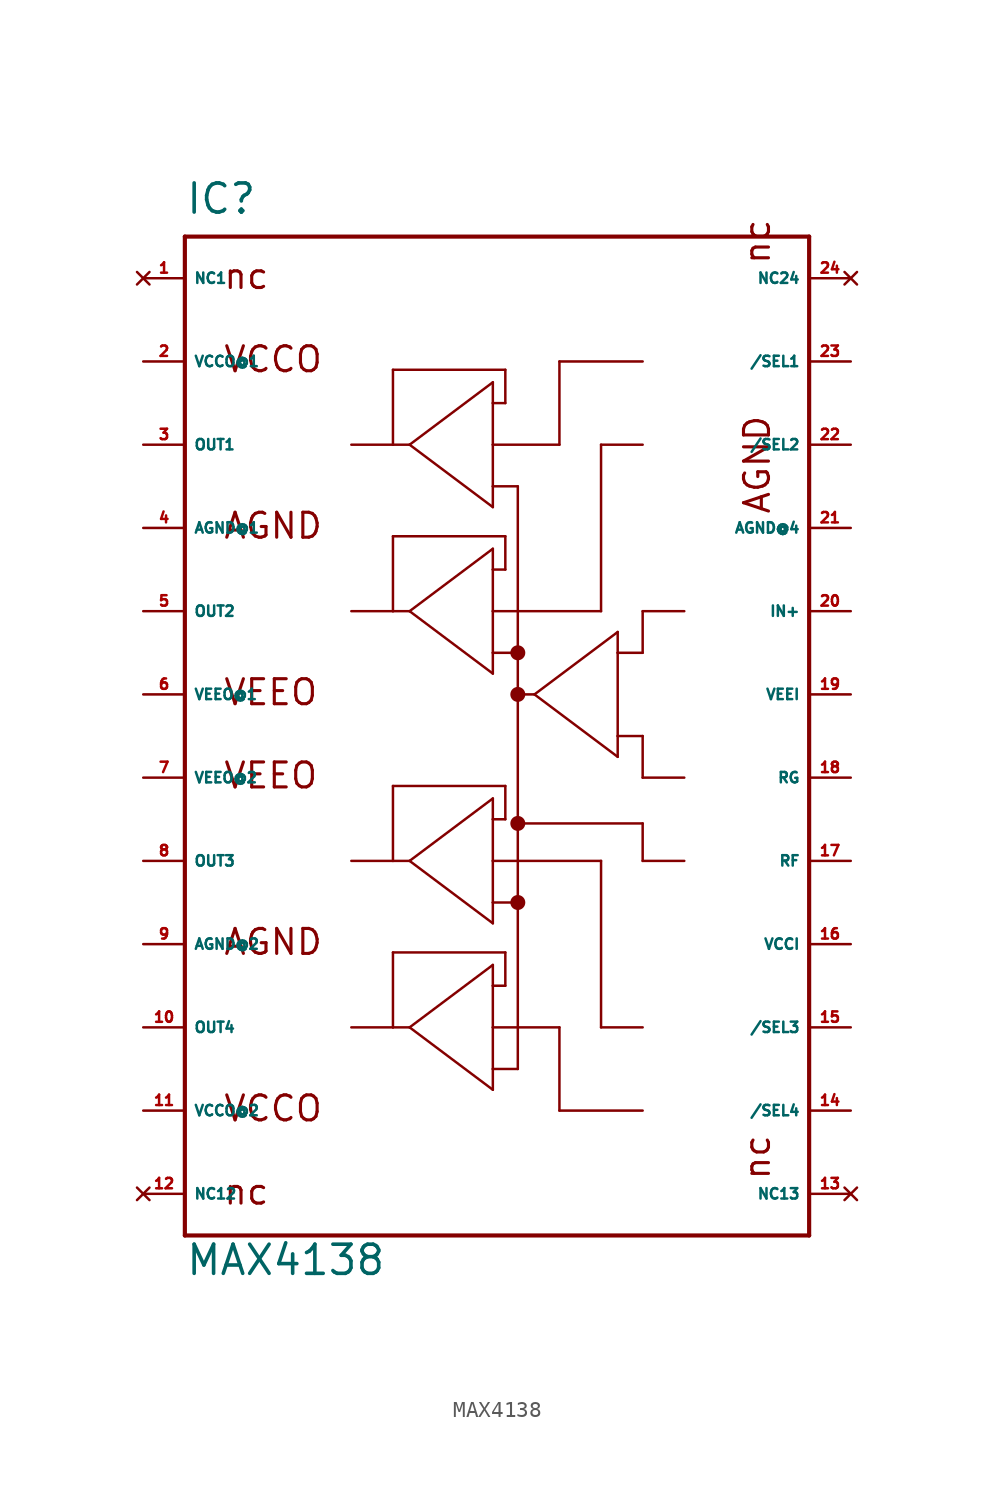
<source format=kicad_sym>
(kicad_symbol_lib
  (version 20220914)
  (generator Eagle2Kicad)
  (symbol "MAX4138"
    (property "Reference" "IC"
      (at -20.32 31.75 0)
      (effects (font (size 1.778 1.778) (thickness 0.22)) (justify left bottom)))
    (property "Value" "MAX4138"
      (at -20.32 -33.02 0)
      (effects (font (size 1.778 1.778) (thickness 0.22)) (justify left bottom)))
    (polyline
      (pts (xy -20.32 30.48) (xy 17.78 30.48))
      (stroke (width 0.254) (type default))
      (fill (type none)))
    (polyline
      (pts (xy 17.78 30.48) (xy 17.78 -30.48))
      (stroke (width 0.254) (type default))
      (fill (type none)))
    (polyline
      (pts (xy 17.78 -30.48) (xy -20.32 -30.48))
      (stroke (width 0.254) (type default))
      (fill (type none)))
    (polyline
      (pts (xy -20.32 -30.48) (xy -20.32 30.48))
      (stroke (width 0.254) (type default))
      (fill (type none)))
    (polyline
      (pts (xy -10.16 17.78) (xy -7.62 17.78))
      (stroke (width 0.152) (type default))
      (fill (type none)))
    (polyline
      (pts (xy -7.62 17.78) (xy -6.604 17.78))
      (stroke (width 0.152) (type default))
      (fill (type none)))
    (polyline
      (pts (xy -6.604 17.78) (xy -1.524 21.59))
      (stroke (width 0.152) (type default))
      (fill (type none)))
    (polyline
      (pts (xy -1.524 21.59) (xy -1.524 20.32))
      (stroke (width 0.152) (type default))
      (fill (type none)))
    (polyline
      (pts (xy -1.524 20.32) (xy -1.524 17.78))
      (stroke (width 0.152) (type default))
      (fill (type none)))
    (polyline
      (pts (xy -1.524 17.78) (xy -1.524 15.24))
      (stroke (width 0.152) (type default))
      (fill (type none)))
    (polyline
      (pts (xy -1.524 15.24) (xy -1.524 13.97))
      (stroke (width 0.152) (type default))
      (fill (type none)))
    (polyline
      (pts (xy -1.524 13.97) (xy -6.604 17.78))
      (stroke (width 0.152) (type default))
      (fill (type none)))
    (polyline
      (pts (xy -7.62 17.78) (xy -7.62 22.352))
      (stroke (width 0.152) (type default))
      (fill (type none)))
    (polyline
      (pts (xy -7.62 22.352) (xy -0.762 22.352))
      (stroke (width 0.152) (type default))
      (fill (type none)))
    (polyline
      (pts (xy -0.762 22.352) (xy -0.762 20.32))
      (stroke (width 0.152) (type default))
      (fill (type none)))
    (polyline
      (pts (xy -0.762 20.32) (xy -1.524 20.32))
      (stroke (width 0.152) (type default))
      (fill (type none)))
    (polyline
      (pts (xy 0 15.24) (xy -1.524 15.24))
      (stroke (width 0.152) (type default))
      (fill (type none)))
    (polyline
      (pts (xy -10.16 7.62) (xy -7.62 7.62))
      (stroke (width 0.152) (type default))
      (fill (type none)))
    (polyline
      (pts (xy -7.62 7.62) (xy -6.604 7.62))
      (stroke (width 0.152) (type default))
      (fill (type none)))
    (polyline
      (pts (xy -6.604 7.62) (xy -1.524 11.43))
      (stroke (width 0.152) (type default))
      (fill (type none)))
    (polyline
      (pts (xy -1.524 11.43) (xy -1.524 10.16))
      (stroke (width 0.152) (type default))
      (fill (type none)))
    (polyline
      (pts (xy -1.524 10.16) (xy -1.524 7.62))
      (stroke (width 0.152) (type default))
      (fill (type none)))
    (polyline
      (pts (xy -1.524 7.62) (xy -1.524 5.08))
      (stroke (width 0.152) (type default))
      (fill (type none)))
    (polyline
      (pts (xy -1.524 5.08) (xy -1.524 3.81))
      (stroke (width 0.152) (type default))
      (fill (type none)))
    (polyline
      (pts (xy -1.524 3.81) (xy -6.604 7.62))
      (stroke (width 0.152) (type default))
      (fill (type none)))
    (polyline
      (pts (xy -7.62 7.62) (xy -7.62 12.192))
      (stroke (width 0.152) (type default))
      (fill (type none)))
    (polyline
      (pts (xy -7.62 12.192) (xy -0.762 12.192))
      (stroke (width 0.152) (type default))
      (fill (type none)))
    (polyline
      (pts (xy -0.762 12.192) (xy -0.762 10.16))
      (stroke (width 0.152) (type default))
      (fill (type none)))
    (polyline
      (pts (xy -0.762 10.16) (xy -1.524 10.16))
      (stroke (width 0.152) (type default))
      (fill (type none)))
    (polyline
      (pts (xy 0 5.08) (xy -1.524 5.08))
      (stroke (width 0.152) (type default))
      (fill (type none)))
    (polyline
      (pts (xy -10.16 -7.62) (xy -7.62 -7.62))
      (stroke (width 0.152) (type default))
      (fill (type none)))
    (polyline
      (pts (xy -7.62 -7.62) (xy -6.604 -7.62))
      (stroke (width 0.152) (type default))
      (fill (type none)))
    (polyline
      (pts (xy -6.604 -7.62) (xy -1.524 -3.81))
      (stroke (width 0.152) (type default))
      (fill (type none)))
    (polyline
      (pts (xy -1.524 -3.81) (xy -1.524 -5.08))
      (stroke (width 0.152) (type default))
      (fill (type none)))
    (polyline
      (pts (xy -1.524 -5.08) (xy -1.524 -7.62))
      (stroke (width 0.152) (type default))
      (fill (type none)))
    (polyline
      (pts (xy -1.524 -7.62) (xy -1.524 -10.16))
      (stroke (width 0.152) (type default))
      (fill (type none)))
    (polyline
      (pts (xy -1.524 -10.16) (xy -1.524 -11.43))
      (stroke (width 0.152) (type default))
      (fill (type none)))
    (polyline
      (pts (xy -1.524 -11.43) (xy -6.604 -7.62))
      (stroke (width 0.152) (type default))
      (fill (type none)))
    (polyline
      (pts (xy -7.62 -7.62) (xy -7.62 -3.048))
      (stroke (width 0.152) (type default))
      (fill (type none)))
    (polyline
      (pts (xy -7.62 -3.048) (xy -0.762 -3.048))
      (stroke (width 0.152) (type default))
      (fill (type none)))
    (polyline
      (pts (xy -0.762 -3.048) (xy -0.762 -5.08))
      (stroke (width 0.152) (type default))
      (fill (type none)))
    (polyline
      (pts (xy -0.762 -5.08) (xy -1.524 -5.08))
      (stroke (width 0.152) (type default))
      (fill (type none)))
    (polyline
      (pts (xy 0 -10.16) (xy -1.524 -10.16))
      (stroke (width 0.152) (type default))
      (fill (type none)))
    (polyline
      (pts (xy -10.16 -17.78) (xy -7.62 -17.78))
      (stroke (width 0.152) (type default))
      (fill (type none)))
    (polyline
      (pts (xy -7.62 -17.78) (xy -6.604 -17.78))
      (stroke (width 0.152) (type default))
      (fill (type none)))
    (polyline
      (pts (xy -6.604 -17.78) (xy -1.524 -13.97))
      (stroke (width 0.152) (type default))
      (fill (type none)))
    (polyline
      (pts (xy -1.524 -13.97) (xy -1.524 -15.24))
      (stroke (width 0.152) (type default))
      (fill (type none)))
    (polyline
      (pts (xy -1.524 -15.24) (xy -1.524 -17.78))
      (stroke (width 0.152) (type default))
      (fill (type none)))
    (polyline
      (pts (xy -1.524 -17.78) (xy -1.524 -20.32))
      (stroke (width 0.152) (type default))
      (fill (type none)))
    (polyline
      (pts (xy -1.524 -20.32) (xy -1.524 -21.59))
      (stroke (width 0.152) (type default))
      (fill (type none)))
    (polyline
      (pts (xy -1.524 -21.59) (xy -6.604 -17.78))
      (stroke (width 0.152) (type default))
      (fill (type none)))
    (polyline
      (pts (xy -7.62 -17.78) (xy -7.62 -13.208))
      (stroke (width 0.152) (type default))
      (fill (type none)))
    (polyline
      (pts (xy -7.62 -13.208) (xy -0.762 -13.208))
      (stroke (width 0.152) (type default))
      (fill (type none)))
    (polyline
      (pts (xy -0.762 -13.208) (xy -0.762 -15.24))
      (stroke (width 0.152) (type default))
      (fill (type none)))
    (polyline
      (pts (xy -0.762 -15.24) (xy -1.524 -15.24))
      (stroke (width 0.152) (type default))
      (fill (type none)))
    (polyline
      (pts (xy 0 -20.32) (xy -1.524 -20.32))
      (stroke (width 0.152) (type default))
      (fill (type none)))
    (polyline
      (pts (xy 1.016 2.54) (xy 6.096 6.35))
      (stroke (width 0.152) (type default))
      (fill (type none)))
    (polyline
      (pts (xy 6.096 6.35) (xy 6.096 5.08))
      (stroke (width 0.152) (type default))
      (fill (type none)))
    (polyline
      (pts (xy 6.096 5.08) (xy 6.096 0))
      (stroke (width 0.152) (type default))
      (fill (type none)))
    (polyline
      (pts (xy 6.096 0) (xy 6.096 -1.27))
      (stroke (width 0.152) (type default))
      (fill (type none)))
    (polyline
      (pts (xy 6.096 -1.27) (xy 1.016 2.54))
      (stroke (width 0.152) (type default))
      (fill (type none)))
    (polyline
      (pts (xy 7.62 5.08) (xy 6.096 5.08))
      (stroke (width 0.152) (type default))
      (fill (type none)))
    (polyline
      (pts (xy 7.62 0) (xy 6.096 0))
      (stroke (width 0.152) (type default))
      (fill (type none)))
    (polyline
      (pts (xy 7.62 22.86) (xy 2.54 22.86))
      (stroke (width 0.152) (type default))
      (fill (type none)))
    (polyline
      (pts (xy 2.54 22.86) (xy 2.54 17.78))
      (stroke (width 0.152) (type default))
      (fill (type none)))
    (polyline
      (pts (xy 2.54 17.78) (xy -1.524 17.78))
      (stroke (width 0.152) (type default))
      (fill (type none)))
    (polyline
      (pts (xy 7.62 17.78) (xy 5.08 17.78))
      (stroke (width 0.152) (type default))
      (fill (type none)))
    (polyline
      (pts (xy 5.08 17.78) (xy 5.08 7.62))
      (stroke (width 0.152) (type default))
      (fill (type none)))
    (polyline
      (pts (xy 5.08 7.62) (xy -1.524 7.62))
      (stroke (width 0.152) (type default))
      (fill (type none)))
    (polyline
      (pts (xy 7.62 -17.78) (xy 5.08 -17.78))
      (stroke (width 0.152) (type default))
      (fill (type none)))
    (polyline
      (pts (xy 5.08 -17.78) (xy 5.08 -7.62))
      (stroke (width 0.152) (type default))
      (fill (type none)))
    (polyline
      (pts (xy 5.08 -7.62) (xy -1.524 -7.62))
      (stroke (width 0.152) (type default))
      (fill (type none)))
    (polyline
      (pts (xy 7.62 -22.86) (xy 2.54 -22.86))
      (stroke (width 0.152) (type default))
      (fill (type none)))
    (polyline
      (pts (xy 2.54 -22.86) (xy 2.54 -17.78))
      (stroke (width 0.152) (type default))
      (fill (type none)))
    (polyline
      (pts (xy 2.54 -17.78) (xy -1.524 -17.78))
      (stroke (width 0.152) (type default))
      (fill (type none)))
    (polyline
      (pts (xy 0 -20.32) (xy 0 -10.16))
      (stroke (width 0.152) (type default))
      (fill (type none)))
    (polyline
      (pts (xy 0 -10.16) (xy 0 -5.334))
      (stroke (width 0.152) (type default))
      (fill (type none)))
    (polyline
      (pts (xy 0 -5.334) (xy 0 2.54))
      (stroke (width 0.152) (type default))
      (fill (type none)))
    (polyline
      (pts (xy 0 2.54) (xy 0 5.08))
      (stroke (width 0.152) (type default))
      (fill (type none)))
    (polyline
      (pts (xy 0 5.08) (xy 0 15.24))
      (stroke (width 0.152) (type default))
      (fill (type none)))
    (polyline
      (pts (xy 0 2.54) (xy 1.016 2.54))
      (stroke (width 0.152) (type default))
      (fill (type none)))
    (polyline
      (pts (xy 10.16 7.62) (xy 7.62 7.62))
      (stroke (width 0.152) (type default))
      (fill (type none)))
    (polyline
      (pts (xy 7.62 7.62) (xy 7.62 5.08))
      (stroke (width 0.152) (type default))
      (fill (type none)))
    (polyline
      (pts (xy 10.16 -7.62) (xy 7.62 -7.62))
      (stroke (width 0.152) (type default))
      (fill (type none)))
    (polyline
      (pts (xy 7.62 -7.62) (xy 7.62 -5.334))
      (stroke (width 0.152) (type default))
      (fill (type none)))
    (polyline
      (pts (xy 7.62 -5.334) (xy 0 -5.334))
      (stroke (width 0.152) (type default))
      (fill (type none)))
    (polyline
      (pts (xy 7.62 0) (xy 7.62 -2.54))
      (stroke (width 0.152) (type default))
      (fill (type none)))
    (polyline
      (pts (xy 7.62 -2.54) (xy 10.16 -2.54))
      (stroke (width 0.152) (type default))
      (fill (type none)))
    (text "VCCO"
      (at -18.034 22.098 0)
      (effects (font (size 1.524 1.524) (thickness 0.19)) (justify left bottom)))
    (text "VCCO"
      (at -18.034 -23.622 0)
      (effects (font (size 1.524 1.524) (thickness 0.19)) (justify left bottom)))
    (text "nc"
      (at -18.034 27.178 0)
      (effects (font (size 1.524 1.524) (thickness 0.19)) (justify left bottom)))
    (text "nc"
      (at 15.494 28.702 1800)
      (effects (font (size 1.524 1.524) (thickness 0.19)) (justify left bottom)))
    (text "nc"
      (at 15.494 -27.178 1800)
      (effects (font (size 1.524 1.524) (thickness 0.19)) (justify left bottom)))
    (text "nc"
      (at -18.034 -28.702 0)
      (effects (font (size 1.524 1.524) (thickness 0.19)) (justify left bottom)))
    (text "VEEO"
      (at -18.034 1.778 0)
      (effects (font (size 1.524 1.524) (thickness 0.19)) (justify left bottom)))
    (text "VEEO"
      (at -18.034 -3.302 0)
      (effects (font (size 1.524 1.524) (thickness 0.19)) (justify left bottom)))
    (text "AGND"
      (at 15.494 13.462 1800)
      (effects (font (size 1.524 1.524) (thickness 0.19)) (justify left bottom)))
    (text "AGND"
      (at -18.034 11.938 0)
      (effects (font (size 1.524 1.524) (thickness 0.19)) (justify left bottom)))
    (text "AGND"
      (at -18.034 -13.462 0)
      (effects (font (size 1.524 1.524) (thickness 0.19)) (justify left bottom)))
    (circle
      (center 0 -5.334)
      (radius 0.254)
      (stroke (width 0.406) (type default))
      (fill (type none)))
    (circle
      (center 0 2.54)
      (radius 0.254)
      (stroke (width 0.406) (type default))
      (fill (type none)))
    (circle
      (center 0 5.08)
      (radius 0.254)
      (stroke (width 0.406) (type default))
      (fill (type none)))
    (circle
      (center 0 -10.16)
      (radius 0.254)
      (stroke (width 0.406) (type default))
      (fill (type none)))
    (pin no_connect line
      (at -22.86 27.94 0)
      (length 2.54)
      (name "NC1" (effects (font (size 0.635 0.635) (thickness 0.08)) (justify left bottom) hide))
      (number "1" (effects (font (size 0.635 0.635) (thickness 0.08)) (justify left bottom) hide)))
    (pin unspecified line
      (at -22.86 22.86 0)
      (length 2.54)
      (name "VCCO@1" (effects (font (size 0.635 0.635) (thickness 0.08)) (justify left bottom)))
      (number "2" (effects (font (size 0.635 0.635) (thickness 0.08)) (justify left bottom))))
    (pin unspecified line
      (at -22.86 -22.86 0)
      (length 2.54)
      (name "VCCO@2" (effects (font (size 0.635 0.635) (thickness 0.08)) (justify left bottom)))
      (number "11" (effects (font (size 0.635 0.635) (thickness 0.08)) (justify left bottom))))
    (pin unspecified line
      (at -22.86 2.54 0)
      (length 2.54)
      (name "VEEO@1" (effects (font (size 0.635 0.635) (thickness 0.08)) (justify left bottom)))
      (number "6" (effects (font (size 0.635 0.635) (thickness 0.08)) (justify left bottom))))
    (pin unspecified line
      (at -22.86 -2.54 0)
      (length 2.54)
      (name "VEEO@2" (effects (font (size 0.635 0.635) (thickness 0.08)) (justify left bottom)))
      (number "7" (effects (font (size 0.635 0.635) (thickness 0.08)) (justify left bottom))))
    (pin unspecified line
      (at -22.86 12.7 0)
      (length 2.54)
      (name "AGND@1" (effects (font (size 0.635 0.635) (thickness 0.08)) (justify left bottom)))
      (number "4" (effects (font (size 0.635 0.635) (thickness 0.08)) (justify left bottom))))
    (pin unspecified line
      (at -22.86 -12.7 0)
      (length 2.54)
      (name "AGND@2" (effects (font (size 0.635 0.635) (thickness 0.08)) (justify left bottom)))
      (number "9" (effects (font (size 0.635 0.635) (thickness 0.08)) (justify left bottom))))
    (pin unspecified line
      (at 20.32 -12.7 180)
      (length 2.54)
      (name "VCCI" (effects (font (size 0.635 0.635) (thickness 0.08)) (justify left bottom)))
      (number "16" (effects (font (size 0.635 0.635) (thickness 0.08)) (justify left bottom))))
    (pin unspecified line
      (at 20.32 2.54 180)
      (length 2.54)
      (name "VEEI" (effects (font (size 0.635 0.635) (thickness 0.08)) (justify left bottom)))
      (number "19" (effects (font (size 0.635 0.635) (thickness 0.08)) (justify left bottom))))
    (pin no_connect line
      (at -22.86 -27.94 0)
      (length 2.54)
      (name "NC12" (effects (font (size 0.635 0.635) (thickness 0.08)) (justify left bottom) hide))
      (number "12" (effects (font (size 0.635 0.635) (thickness 0.08)) (justify left bottom) hide)))
    (pin no_connect line
      (at 20.32 -27.94 180)
      (length 2.54)
      (name "NC13" (effects (font (size 0.635 0.635) (thickness 0.08)) (justify left bottom) hide))
      (number "13" (effects (font (size 0.635 0.635) (thickness 0.08)) (justify left bottom) hide)))
    (pin no_connect line
      (at 20.32 27.94 180)
      (length 2.54)
      (name "NC24" (effects (font (size 0.635 0.635) (thickness 0.08)) (justify left bottom) hide))
      (number "24" (effects (font (size 0.635 0.635) (thickness 0.08)) (justify left bottom) hide)))
    (pin input line
      (at 20.32 22.86 180)
      (length 2.54)
      (name "/SEL1" (effects (font (size 0.635 0.635) (thickness 0.08)) (justify left bottom)))
      (number "23" (effects (font (size 0.635 0.635) (thickness 0.08)) (justify left bottom))))
    (pin input line
      (at 20.32 17.78 180)
      (length 2.54)
      (name "/SEL2" (effects (font (size 0.635 0.635) (thickness 0.08)) (justify left bottom)))
      (number "22" (effects (font (size 0.635 0.635) (thickness 0.08)) (justify left bottom))))
    (pin input line
      (at 20.32 -17.78 180)
      (length 2.54)
      (name "/SEL3" (effects (font (size 0.635 0.635) (thickness 0.08)) (justify left bottom)))
      (number "15" (effects (font (size 0.635 0.635) (thickness 0.08)) (justify left bottom))))
    (pin input line
      (at 20.32 -22.86 180)
      (length 2.54)
      (name "/SEL4" (effects (font (size 0.635 0.635) (thickness 0.08)) (justify left bottom)))
      (number "14" (effects (font (size 0.635 0.635) (thickness 0.08)) (justify left bottom))))
    (pin passive line
      (at 20.32 -7.62 180)
      (length 2.54)
      (name "RF" (effects (font (size 0.635 0.635) (thickness 0.08)) (justify left bottom)))
      (number "17" (effects (font (size 0.635 0.635) (thickness 0.08)) (justify left bottom))))
    (pin passive line
      (at 20.32 -2.54 180)
      (length 2.54)
      (name "RG" (effects (font (size 0.635 0.635) (thickness 0.08)) (justify left bottom)))
      (number "18" (effects (font (size 0.635 0.635) (thickness 0.08)) (justify left bottom))))
    (pin input line
      (at 20.32 7.62 180)
      (length 2.54)
      (name "IN+" (effects (font (size 0.635 0.635) (thickness 0.08)) (justify left bottom)))
      (number "20" (effects (font (size 0.635 0.635) (thickness 0.08)) (justify left bottom))))
    (pin output line
      (at -22.86 17.78 0)
      (length 2.54)
      (name "OUT1" (effects (font (size 0.635 0.635) (thickness 0.08)) (justify left bottom)))
      (number "3" (effects (font (size 0.635 0.635) (thickness 0.08)) (justify left bottom))))
    (pin output line
      (at -22.86 7.62 0)
      (length 2.54)
      (name "OUT2" (effects (font (size 0.635 0.635) (thickness 0.08)) (justify left bottom)))
      (number "5" (effects (font (size 0.635 0.635) (thickness 0.08)) (justify left bottom))))
    (pin output line
      (at -22.86 -7.62 0)
      (length 2.54)
      (name "OUT3" (effects (font (size 0.635 0.635) (thickness 0.08)) (justify left bottom)))
      (number "8" (effects (font (size 0.635 0.635) (thickness 0.08)) (justify left bottom))))
    (pin output line
      (at -22.86 -17.78 0)
      (length 2.54)
      (name "OUT4" (effects (font (size 0.635 0.635) (thickness 0.08)) (justify left bottom)))
      (number "10" (effects (font (size 0.635 0.635) (thickness 0.08)) (justify left bottom))))
    (pin unspecified line
      (at 20.32 12.7 180)
      (length 2.54)
      (name "AGND@4" (effects (font (size 0.635 0.635) (thickness 0.08)) (justify left bottom)))
      (number "21" (effects (font (size 0.635 0.635) (thickness 0.08)) (justify left bottom))))))
</source>
